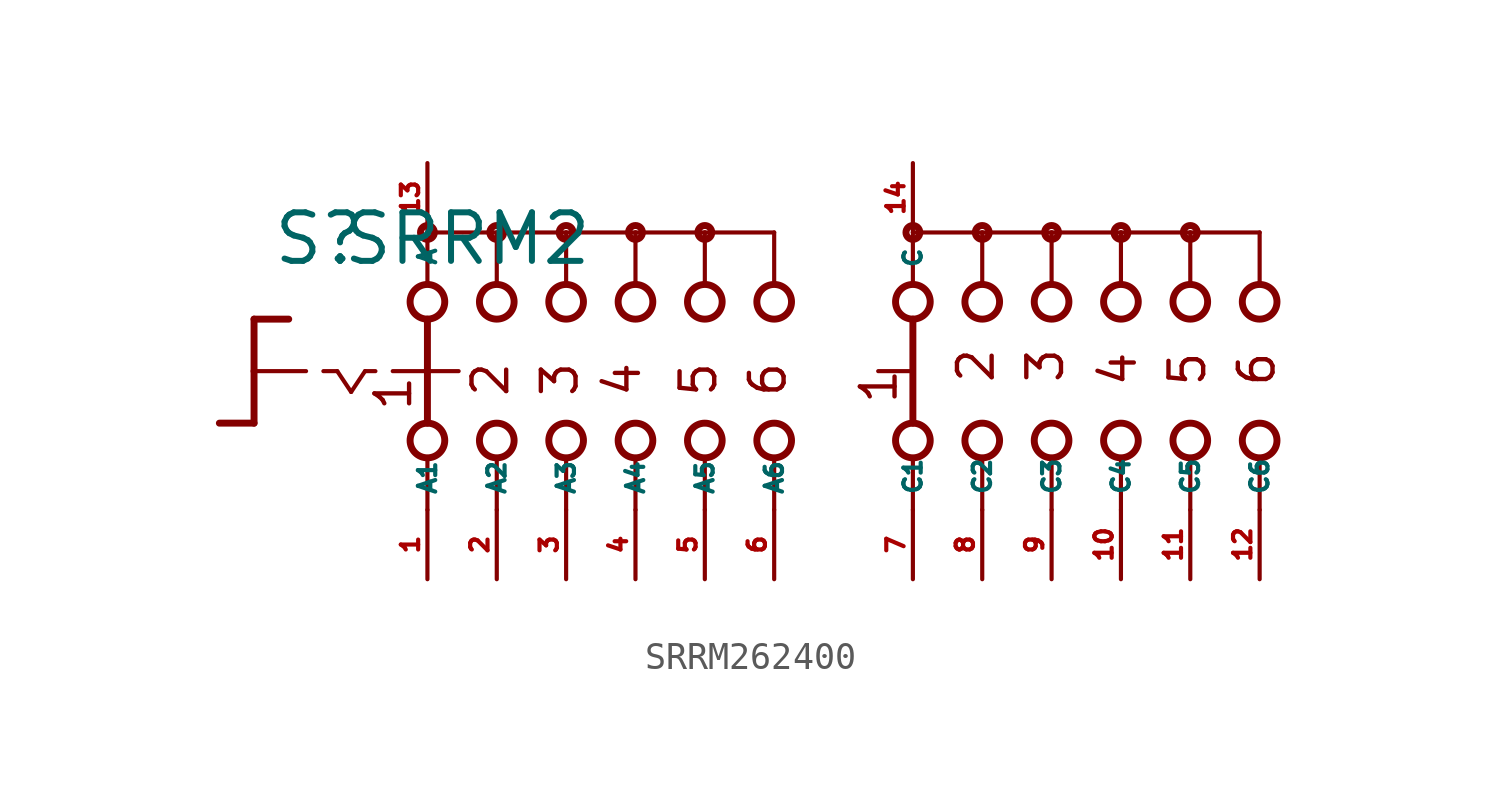
<source format=kicad_sym>
(kicad_symbol_lib
  (version 20220914)
  (generator Eagle2Kicad)
  (symbol "SRRM262400"
    (property "Reference" "S"
      (at -18.415 3.81 0)
      (effects (font (size 1.778 1.778) (thickness 0.22)) (justify left bottom)))
    (property "Value" "SRRM2"
      (at -15.875 3.81 0)
      (effects (font (size 1.778 1.778) (thickness 0.22)) (justify left bottom)))
    (polyline
      (pts (xy -19.05 1.905) (xy -17.78 1.905))
      (stroke (width 0.254) (type default))
      (fill (type none)))
    (polyline
      (pts (xy -19.05 1.905) (xy -19.05 0))
      (stroke (width 0.254) (type default))
      (fill (type none)))
    (polyline
      (pts (xy -19.05 -1.905) (xy -20.32 -1.905))
      (stroke (width 0.254) (type default))
      (fill (type none)))
    (polyline
      (pts (xy -19.05 0) (xy -17.145 0))
      (stroke (width 0.152) (type default))
      (fill (type none)))
    (polyline
      (pts (xy -19.05 0) (xy -19.05 -1.905))
      (stroke (width 0.254) (type default))
      (fill (type none)))
    (polyline
      (pts (xy -16.51 0) (xy -16.002 0))
      (stroke (width 0.152) (type default))
      (fill (type none)))
    (polyline
      (pts (xy -14.986 0) (xy -14.605 0))
      (stroke (width 0.152) (type default))
      (fill (type none)))
    (polyline
      (pts (xy -13.97 0) (xy -12.827 0))
      (stroke (width 0.152) (type default))
      (fill (type none)))
    (polyline
      (pts (xy -16.002 0) (xy -15.494 -0.762))
      (stroke (width 0.152) (type default))
      (fill (type none)))
    (polyline
      (pts (xy -15.494 -0.762) (xy -14.986 0))
      (stroke (width 0.152) (type default))
      (fill (type none)))
    (polyline
      (pts (xy -10.16 3.175) (xy -10.16 5.08))
      (stroke (width 0.152) (type default))
      (fill (type none)))
    (polyline
      (pts (xy -7.62 3.175) (xy -7.62 5.08))
      (stroke (width 0.152) (type default))
      (fill (type none)))
    (polyline
      (pts (xy -5.08 3.175) (xy -5.08 5.08))
      (stroke (width 0.152) (type default))
      (fill (type none)))
    (polyline
      (pts (xy -10.16 -5.08) (xy -10.16 -3.175))
      (stroke (width 0.152) (type default))
      (fill (type none)))
    (polyline
      (pts (xy -7.62 -5.08) (xy -7.62 -3.175))
      (stroke (width 0.152) (type default))
      (fill (type none)))
    (polyline
      (pts (xy -5.08 -5.08) (xy -5.08 -3.175))
      (stroke (width 0.152) (type default))
      (fill (type none)))
    (polyline
      (pts (xy -7.62 5.08) (xy -10.16 5.08))
      (stroke (width 0.152) (type default))
      (fill (type none)))
    (polyline
      (pts (xy -7.62 5.08) (xy -5.08 5.08))
      (stroke (width 0.152) (type default))
      (fill (type none)))
    (polyline
      (pts (xy -2.54 -5.08) (xy -2.54 -3.175))
      (stroke (width 0.152) (type default))
      (fill (type none)))
    (polyline
      (pts (xy 0 -5.08) (xy 0 -3.175))
      (stroke (width 0.152) (type default))
      (fill (type none)))
    (polyline
      (pts (xy -2.54 3.175) (xy -2.54 5.08))
      (stroke (width 0.152) (type default))
      (fill (type none)))
    (polyline
      (pts (xy 0 3.175) (xy 0 5.08))
      (stroke (width 0.152) (type default))
      (fill (type none)))
    (polyline
      (pts (xy -5.08 5.08) (xy -2.54 5.08))
      (stroke (width 0.152) (type default))
      (fill (type none)))
    (polyline
      (pts (xy -2.54 5.08) (xy 0 5.08))
      (stroke (width 0.152) (type default))
      (fill (type none)))
    (polyline
      (pts (xy -12.7 5.08) (xy -12.7 3.175))
      (stroke (width 0.152) (type default))
      (fill (type none)))
    (polyline
      (pts (xy -12.7 1.905) (xy -12.7 0))
      (stroke (width 0.254) (type default))
      (fill (type none)))
    (polyline
      (pts (xy -12.7 -3.175) (xy -12.7 -5.08))
      (stroke (width 0.152) (type default))
      (fill (type none)))
    (polyline
      (pts (xy -10.16 5.08) (xy -12.7 5.08))
      (stroke (width 0.152) (type default))
      (fill (type none)))
    (polyline
      (pts (xy 5.08 3.175) (xy 5.08 5.08))
      (stroke (width 0.152) (type default))
      (fill (type none)))
    (polyline
      (pts (xy 5.08 -5.08) (xy 5.08 -3.175))
      (stroke (width 0.152) (type default))
      (fill (type none)))
    (polyline
      (pts (xy 7.62 3.175) (xy 7.62 5.08))
      (stroke (width 0.152) (type default))
      (fill (type none)))
    (polyline
      (pts (xy 10.16 3.175) (xy 10.16 5.08))
      (stroke (width 0.152) (type default))
      (fill (type none)))
    (polyline
      (pts (xy 12.7 3.175) (xy 12.7 5.08))
      (stroke (width 0.152) (type default))
      (fill (type none)))
    (polyline
      (pts (xy 15.24 3.175) (xy 15.24 5.08))
      (stroke (width 0.152) (type default))
      (fill (type none)))
    (polyline
      (pts (xy 17.78 3.175) (xy 17.78 5.08))
      (stroke (width 0.152) (type default))
      (fill (type none)))
    (polyline
      (pts (xy 5.08 5.08) (xy 7.62 5.08))
      (stroke (width 0.152) (type default))
      (fill (type none)))
    (polyline
      (pts (xy 7.62 5.08) (xy 10.16 5.08))
      (stroke (width 0.152) (type default))
      (fill (type none)))
    (polyline
      (pts (xy 10.16 5.08) (xy 12.7 5.08))
      (stroke (width 0.152) (type default))
      (fill (type none)))
    (polyline
      (pts (xy 12.7 5.08) (xy 15.24 5.08))
      (stroke (width 0.152) (type default))
      (fill (type none)))
    (polyline
      (pts (xy 15.24 5.08) (xy 17.78 5.08))
      (stroke (width 0.152) (type default))
      (fill (type none)))
    (polyline
      (pts (xy 7.62 -5.08) (xy 7.62 -3.175))
      (stroke (width 0.152) (type default))
      (fill (type none)))
    (polyline
      (pts (xy 10.16 -5.08) (xy 10.16 -3.175))
      (stroke (width 0.152) (type default))
      (fill (type none)))
    (polyline
      (pts (xy 12.7 -5.08) (xy 12.7 -3.175))
      (stroke (width 0.152) (type default))
      (fill (type none)))
    (polyline
      (pts (xy 15.24 -5.08) (xy 15.24 -3.175))
      (stroke (width 0.152) (type default))
      (fill (type none)))
    (polyline
      (pts (xy 17.78 -5.08) (xy 17.78 -3.175))
      (stroke (width 0.152) (type default))
      (fill (type none)))
    (polyline
      (pts (xy 5.08 1.905) (xy 5.08 -1.905))
      (stroke (width 0.254) (type default))
      (fill (type none)))
    (polyline
      (pts (xy 3.81 0) (xy 4.953 0))
      (stroke (width 0.152) (type default))
      (fill (type none)))
    (polyline
      (pts (xy -12.7 0) (xy -11.557 0))
      (stroke (width 0.152) (type default))
      (fill (type none)))
    (polyline
      (pts (xy -12.7 0) (xy -12.7 -1.905))
      (stroke (width 0.254) (type default))
      (fill (type none)))
    (text "2"
      (at 8.128 -0.508 900)
      (effects (font (size 1.27 1.27) (thickness 0.16)) (justify left bottom)))
    (text "3"
      (at 10.668 -0.508 900)
      (effects (font (size 1.27 1.27) (thickness 0.16)) (justify left bottom)))
    (text "4"
      (at 13.335 -0.635 900)
      (effects (font (size 1.27 1.27) (thickness 0.16)) (justify left bottom)))
    (text "5"
      (at 15.875 -0.635 900)
      (effects (font (size 1.27 1.27) (thickness 0.16)) (justify left bottom)))
    (text "6"
      (at 18.415 -0.635 900)
      (effects (font (size 1.27 1.27) (thickness 0.16)) (justify left bottom)))
    (text "1"
      (at 4.572 -1.27 900)
      (effects (font (size 1.27 1.27) (thickness 0.16)) (justify left bottom)))
    (text "1"
      (at -13.208 -1.524 900)
      (effects (font (size 1.27 1.27) (thickness 0.16)) (justify left bottom)))
    (text "2"
      (at -9.652 -1.016 900)
      (effects (font (size 1.27 1.27) (thickness 0.16)) (justify left bottom)))
    (text "3"
      (at -7.112 -1.016 900)
      (effects (font (size 1.27 1.27) (thickness 0.16)) (justify left bottom)))
    (text "4"
      (at -4.826 -1.016 900)
      (effects (font (size 1.27 1.27) (thickness 0.16)) (justify left bottom)))
    (text "5"
      (at -2.032 -1.016 900)
      (effects (font (size 1.27 1.27) (thickness 0.16)) (justify left bottom)))
    (text "6"
      (at 0.508 -1.016 900)
      (effects (font (size 1.27 1.27) (thickness 0.16)) (justify left bottom)))
    (circle
      (center -7.62 5.08)
      (radius 0.254)
      (stroke (width 0.254) (type default))
      (fill (type none)))
    (circle
      (center -5.08 5.08)
      (radius 0.254)
      (stroke (width 0.254) (type default))
      (fill (type none)))
    (circle
      (center -12.7 5.08)
      (radius 0.254)
      (stroke (width 0.254) (type default))
      (fill (type none)))
    (circle
      (center -10.16 5.08)
      (radius 0.254)
      (stroke (width 0.254) (type default))
      (fill (type none)))
    (circle
      (center -12.7 2.54)
      (radius 0.635)
      (stroke (width 0.254) (type default))
      (fill (type none)))
    (circle
      (center -10.16 2.54)
      (radius 0.635)
      (stroke (width 0.254) (type default))
      (fill (type none)))
    (circle
      (center -7.62 2.54)
      (radius 0.635)
      (stroke (width 0.254) (type default))
      (fill (type none)))
    (circle
      (center -12.7 -2.54)
      (radius 0.635)
      (stroke (width 0.254) (type default))
      (fill (type none)))
    (circle
      (center -10.16 -2.54)
      (radius 0.635)
      (stroke (width 0.254) (type default))
      (fill (type none)))
    (circle
      (center -7.62 -2.54)
      (radius 0.635)
      (stroke (width 0.254) (type default))
      (fill (type none)))
    (circle
      (center -2.54 5.08)
      (radius 0.254)
      (stroke (width 0.254) (type default))
      (fill (type none)))
    (circle
      (center -5.08 2.54)
      (radius 0.635)
      (stroke (width 0.254) (type default))
      (fill (type none)))
    (circle
      (center -2.54 2.54)
      (radius 0.635)
      (stroke (width 0.254) (type default))
      (fill (type none)))
    (circle
      (center -5.08 -2.54)
      (radius 0.635)
      (stroke (width 0.254) (type default))
      (fill (type none)))
    (circle
      (center -2.54 -2.54)
      (radius 0.635)
      (stroke (width 0.254) (type default))
      (fill (type none)))
    (circle
      (center 0 2.54)
      (radius 0.635)
      (stroke (width 0.254) (type default))
      (fill (type none)))
    (circle
      (center 0 -2.54)
      (radius 0.635)
      (stroke (width 0.254) (type default))
      (fill (type none)))
    (circle
      (center 5.08 5.08)
      (radius 0.254)
      (stroke (width 0.254) (type default))
      (fill (type none)))
    (circle
      (center 5.08 2.54)
      (radius 0.635)
      (stroke (width 0.254) (type default))
      (fill (type none)))
    (circle
      (center 5.08 -2.54)
      (radius 0.635)
      (stroke (width 0.254) (type default))
      (fill (type none)))
    (circle
      (center 7.62 2.54)
      (radius 0.635)
      (stroke (width 0.254) (type default))
      (fill (type none)))
    (circle
      (center 10.16 2.54)
      (radius 0.635)
      (stroke (width 0.254) (type default))
      (fill (type none)))
    (circle
      (center 12.7 2.54)
      (radius 0.635)
      (stroke (width 0.254) (type default))
      (fill (type none)))
    (circle
      (center 15.24 2.54)
      (radius 0.635)
      (stroke (width 0.254) (type default))
      (fill (type none)))
    (circle
      (center 17.78 2.54)
      (radius 0.635)
      (stroke (width 0.254) (type default))
      (fill (type none)))
    (circle
      (center 7.62 5.08)
      (radius 0.254)
      (stroke (width 0.254) (type default))
      (fill (type none)))
    (circle
      (center 10.16 5.08)
      (radius 0.254)
      (stroke (width 0.254) (type default))
      (fill (type none)))
    (circle
      (center 12.7 5.08)
      (radius 0.254)
      (stroke (width 0.254) (type default))
      (fill (type none)))
    (circle
      (center 15.24 5.08)
      (radius 0.254)
      (stroke (width 0.254) (type default))
      (fill (type none)))
    (circle
      (center 7.62 -2.54)
      (radius 0.635)
      (stroke (width 0.254) (type default))
      (fill (type none)))
    (circle
      (center 10.16 -2.54)
      (radius 0.635)
      (stroke (width 0.254) (type default))
      (fill (type none)))
    (circle
      (center 12.7 -2.54)
      (radius 0.635)
      (stroke (width 0.254) (type default))
      (fill (type none)))
    (circle
      (center 15.24 -2.54)
      (radius 0.635)
      (stroke (width 0.254) (type default))
      (fill (type none)))
    (circle
      (center 17.78 -2.54)
      (radius 0.635)
      (stroke (width 0.254) (type default))
      (fill (type none)))
    (pin passive line
      (at -12.7 -7.62 90)
      (length 2.54)
      (name "A1" (effects (font (size 0.635 0.635) (thickness 0.08)) (justify left bottom)))
      (number "1" (effects (font (size 0.635 0.635) (thickness 0.08)) (justify left bottom))))
    (pin passive line
      (at -12.7 7.62 270)
      (length 2.54)
      (name "A" (effects (font (size 0.635 0.635) (thickness 0.08)) (justify left bottom)))
      (number "13" (effects (font (size 0.635 0.635) (thickness 0.08)) (justify left bottom))))
    (pin passive line
      (at -10.16 -7.62 90)
      (length 2.54)
      (name "A2" (effects (font (size 0.635 0.635) (thickness 0.08)) (justify left bottom)))
      (number "2" (effects (font (size 0.635 0.635) (thickness 0.08)) (justify left bottom))))
    (pin passive line
      (at -7.62 -7.62 90)
      (length 2.54)
      (name "A3" (effects (font (size 0.635 0.635) (thickness 0.08)) (justify left bottom)))
      (number "3" (effects (font (size 0.635 0.635) (thickness 0.08)) (justify left bottom))))
    (pin passive line
      (at -5.08 -7.62 90)
      (length 2.54)
      (name "A4" (effects (font (size 0.635 0.635) (thickness 0.08)) (justify left bottom)))
      (number "4" (effects (font (size 0.635 0.635) (thickness 0.08)) (justify left bottom))))
    (pin passive line
      (at -2.54 -7.62 90)
      (length 2.54)
      (name "A5" (effects (font (size 0.635 0.635) (thickness 0.08)) (justify left bottom)))
      (number "5" (effects (font (size 0.635 0.635) (thickness 0.08)) (justify left bottom))))
    (pin passive line
      (at 0 -7.62 90)
      (length 2.54)
      (name "A6" (effects (font (size 0.635 0.635) (thickness 0.08)) (justify left bottom)))
      (number "6" (effects (font (size 0.635 0.635) (thickness 0.08)) (justify left bottom))))
    (pin passive line
      (at 5.08 -7.62 90)
      (length 2.54)
      (name "C1" (effects (font (size 0.635 0.635) (thickness 0.08)) (justify left bottom)))
      (number "7" (effects (font (size 0.635 0.635) (thickness 0.08)) (justify left bottom))))
    (pin passive line
      (at 7.62 -7.62 90)
      (length 2.54)
      (name "C2" (effects (font (size 0.635 0.635) (thickness 0.08)) (justify left bottom)))
      (number "8" (effects (font (size 0.635 0.635) (thickness 0.08)) (justify left bottom))))
    (pin passive line
      (at 10.16 -7.62 90)
      (length 2.54)
      (name "C3" (effects (font (size 0.635 0.635) (thickness 0.08)) (justify left bottom)))
      (number "9" (effects (font (size 0.635 0.635) (thickness 0.08)) (justify left bottom))))
    (pin passive line
      (at 12.7 -7.62 90)
      (length 2.54)
      (name "C4" (effects (font (size 0.635 0.635) (thickness 0.08)) (justify left bottom)))
      (number "10" (effects (font (size 0.635 0.635) (thickness 0.08)) (justify left bottom))))
    (pin passive line
      (at 15.24 -7.62 90)
      (length 2.54)
      (name "C5" (effects (font (size 0.635 0.635) (thickness 0.08)) (justify left bottom)))
      (number "11" (effects (font (size 0.635 0.635) (thickness 0.08)) (justify left bottom))))
    (pin passive line
      (at 17.78 -7.62 90)
      (length 2.54)
      (name "C6" (effects (font (size 0.635 0.635) (thickness 0.08)) (justify left bottom)))
      (number "12" (effects (font (size 0.635 0.635) (thickness 0.08)) (justify left bottom))))
    (pin passive line
      (at 5.08 7.62 270)
      (length 2.54)
      (name "C" (effects (font (size 0.635 0.635) (thickness 0.08)) (justify left bottom)))
      (number "14" (effects (font (size 0.635 0.635) (thickness 0.08)) (justify left bottom))))))
</source>
